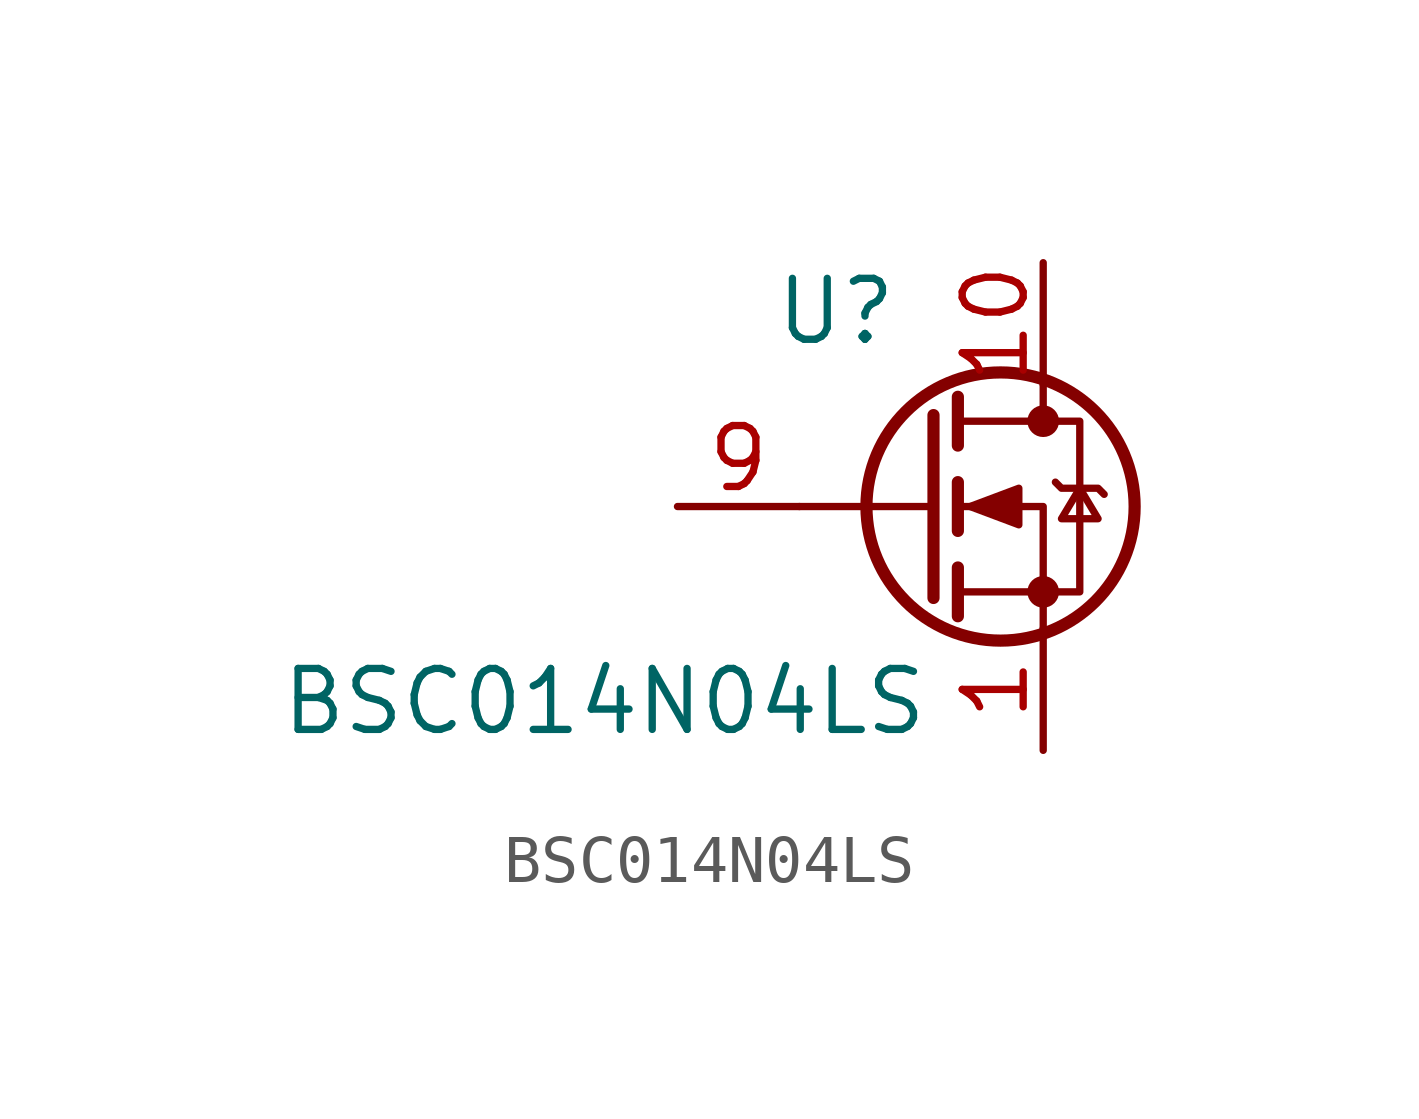
<source format=kicad_sym>
(kicad_symbol_lib
  (version 20220914)
  (generator kicad_symbol_editor)
  (symbol "BSC014N04LS"
    (pin_names hide)
    (property "Reference" "U"
      (at 3.302 4.064 0)
      (effects (font (size 1.27 1.27))))
    (property "Value" "BSC014N04LS"
      (at -1.524 -4.064 0)
      (effects (font (size 1.27 1.27))))
    (symbol "BSC014N04LS_0_1"
      (polyline (pts (xy 5.334 0) (xy 2.54 0)) (stroke (width 0) (type default)) (fill (type none)))
      (polyline (pts (xy 5.334 1.905) (xy 5.334 -1.905)) (stroke (width 0.254) (type default)) (fill (type none)))
      (polyline (pts (xy 5.842 -1.27) (xy 5.842 -2.286)) (stroke (width 0.254) (type default)) (fill (type none)))
      (polyline (pts (xy 5.842 0.508) (xy 5.842 -0.508)) (stroke (width 0.254) (type default)) (fill (type none)))
      (polyline (pts (xy 5.842 2.286) (xy 5.842 1.27)) (stroke (width 0.254) (type default)) (fill (type none)))
      (polyline (pts (xy 7.62 2.54) (xy 7.62 1.778)) (stroke (width 0) (type default)) (fill (type none)))
      (polyline (pts (xy 7.62 -2.54) (xy 7.62 0) (xy 5.842 0)) (stroke (width 0) (type default)) (fill (type none)))
      (polyline (pts (xy 5.842 -1.778) (xy 8.382 -1.778) (xy 8.382 1.778) (xy 5.842 1.778)) (stroke (width 0) (type default)) (fill (type none)))
      (polyline (pts (xy 6.096 0) (xy 7.112 0.381) (xy 7.112 -0.381) (xy 6.096 0)) (stroke (width 0) (type default)) (fill (type outline)))
      (polyline (pts (xy 7.874 0.508) (xy 8.001 0.381) (xy 8.763 0.381) (xy 8.89 0.254)) (stroke (width 0) (type default)) (fill (type none)))
      (polyline (pts (xy 8.382 0.381) (xy 8.001 -0.254) (xy 8.763 -0.254) (xy 8.382 0.381)) (stroke (width 0) (type default)) (fill (type none)))
      (circle (center 6.731 0) (radius 2.794) (stroke (width 0.254) (type default)) (fill (type none)))
      (circle (center 7.62 -1.778) (radius 0.254) (stroke (width 0) (type default)) (fill (type outline)))
      (circle (center 7.62 1.778) (radius 0.254) (stroke (width 0) (type default)) (fill (type outline))))
    (symbol "BSC014N04LS_1_1"
      (pin passive line (at 7.62 -5.08 90) (length 2.54) (name "S" (effects (font (size 1.27 1.27)))) (number "1" (effects (font (size 1.27 1.27)))))
      (pin passive line (at 7.62 5.08 270) (length 2.54) (name "D" (effects (font (size 1.27 1.27)))) (number "10" (effects (font (size 1.27 1.27)))))
      (pin passive line (at 0 0 0) (length 2.54) (name "G" (effects (font (size 1.27 1.27)))) (number "9" (effects (font (size 1.27 1.27))))))))
</source>
